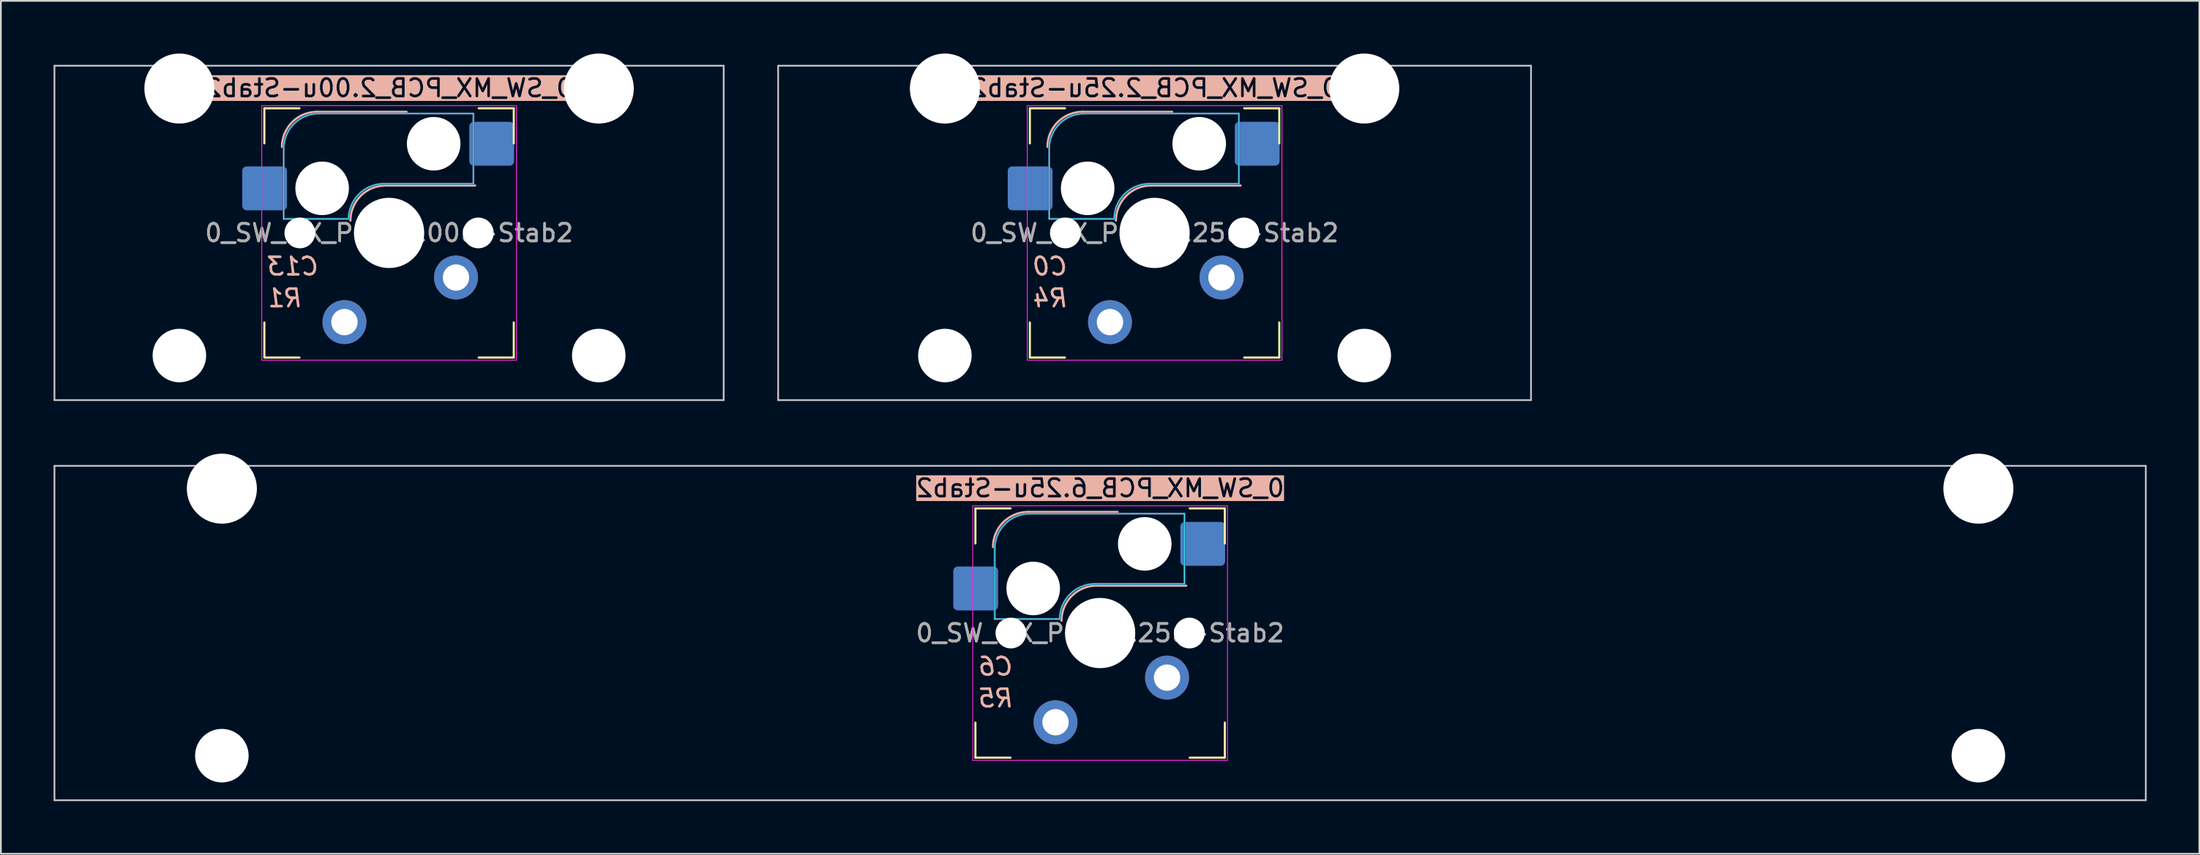
<source format=kicad_pcb>
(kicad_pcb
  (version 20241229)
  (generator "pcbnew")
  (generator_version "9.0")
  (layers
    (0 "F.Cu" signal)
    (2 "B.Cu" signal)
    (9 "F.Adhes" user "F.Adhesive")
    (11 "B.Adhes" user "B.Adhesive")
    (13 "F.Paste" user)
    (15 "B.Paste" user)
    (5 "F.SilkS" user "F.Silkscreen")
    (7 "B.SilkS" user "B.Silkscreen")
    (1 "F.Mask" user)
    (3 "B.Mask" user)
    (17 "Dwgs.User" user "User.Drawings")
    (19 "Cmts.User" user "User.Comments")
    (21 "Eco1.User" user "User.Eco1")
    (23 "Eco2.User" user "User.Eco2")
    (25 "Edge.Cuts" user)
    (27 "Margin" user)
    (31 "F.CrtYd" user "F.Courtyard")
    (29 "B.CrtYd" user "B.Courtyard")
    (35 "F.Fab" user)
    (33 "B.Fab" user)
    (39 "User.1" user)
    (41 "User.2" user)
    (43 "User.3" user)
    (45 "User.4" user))
  (footprint "0_SW_MX_PCB_2.25u-Stab2"
    (layer "F.Cu")
    (at 62.681 10.219)
    (property "Reference" "0_SW_MX_PCB_2.25u-Stab2" (at 0 -8.255 0) (layer "B.SilkS" knockout) (effects (font (size 1 1) (thickness 0.15)) (justify mirror)))
    (property "SW_ROW" "R4" (at -6.985 3.715 0) (layer "B.SilkS") (effects (font (size 1 1) (thickness 0.15) (italic yes)) (justify right mirror)))
    (property "SW_COL" "C0" (at -6.985 1.905 0) (layer "B.SilkS") (effects (font (size 1 1) (thickness 0.15) (italic yes)) (justify right mirror)))
    (attr through_hole)
    (fp_line (start -7.1 -7.1) (end -7.1 -5.1) (stroke (width 0.12) (type solid)) (layer "F.SilkS"))
    (fp_line (start -7.1 -7.1) (end -5.1 -7.1) (stroke (width 0.12) (type solid)) (layer "F.SilkS"))
    (fp_line (start -7.1 7.1) (end -7.1 5.1) (stroke (width 0.12) (type solid)) (layer "F.SilkS"))
    (fp_line (start -7.1 7.1) (end -5.1 7.1) (stroke (width 0.12) (type solid)) (layer "F.SilkS"))
    (fp_line (start 7.1 -7.1) (end 5.1 -7.1) (stroke (width 0.12) (type solid)) (layer "F.SilkS"))
    (fp_line (start 7.1 -7.1) (end 7.1 -5.1) (stroke (width 0.12) (type solid)) (layer "F.SilkS"))
    (fp_line (start 7.1 7.1) (end 5.1 7.1) (stroke (width 0.12) (type solid)) (layer "F.SilkS"))
    (fp_line (start 7.1 7.1) (end 7.1 5.1) (stroke (width 0.12) (type solid)) (layer "F.SilkS"))
    (fp_line (start -4.1 -6.9) (end 1 -6.9) (stroke (width 0.12) (type solid)) (layer "B.SilkS"))
    (fp_line (start -0.2 -2.7) (end 4.9 -2.7) (stroke (width 0.12) (type solid)) (layer "B.SilkS"))
    (fp_arc (start -6.1 -4.9) (mid -5.514214 -6.314214) (end -4.1 -6.9) (stroke (width 0.12) (type solid)) (layer "B.SilkS"))
    (fp_arc (start -2.2 -0.7) (mid -1.614214 -2.114214) (end -0.2 -2.7) (stroke (width 0.12) (type solid)) (layer "B.SilkS"))
    (fp_line (start -21.431 -9.525) (end -21.431 9.525) (stroke (width 0.1) (type solid)) (layer "Dwgs.User"))
    (fp_line (start -21.431 9.525) (end 21.431 9.525) (stroke (width 0.1) (type solid)) (layer "Dwgs.User"))
    (fp_line (start 21.431 -9.525) (end -21.431 -9.525) (stroke (width 0.1) (type solid)) (layer "Dwgs.User"))
    (fp_line (start 21.431 9.525) (end 21.431 -9.525) (stroke (width 0.1) (type solid)) (layer "Dwgs.User"))
    (fp_line (start -15.313 -6.77) (end -15.313 5.53) (stroke (width 0.1) (type solid)) (layer "Eco1.User"))
    (fp_line (start -15.313 5.53) (end -8.563 5.53) (stroke (width 0.1) (type solid)) (layer "Eco1.User"))
    (fp_line (start -8.563 -6.77) (end -15.313 -6.77) (stroke (width 0.1) (type solid)) (layer "Eco1.User"))
    (fp_line (start -8.563 5.53) (end -8.563 -6.77) (stroke (width 0.1) (type solid)) (layer "Eco1.User"))
    (fp_line (start 8.563 -6.77) (end 8.563 5.53) (stroke (width 0.1) (type solid)) (layer "Eco1.User"))
    (fp_line (start 8.563 5.53) (end 15.313 5.53) (stroke (width 0.1) (type solid)) (layer "Eco1.User"))
    (fp_line (start 15.313 -6.77) (end 8.563 -6.77) (stroke (width 0.1) (type solid)) (layer "Eco1.User"))
    (fp_line (start 15.313 5.53) (end 15.313 -6.77) (stroke (width 0.1) (type solid)) (layer "Eco1.User"))
    (fp_line (start -6 -0.8) (end -6 -4.8) (stroke (width 0.05) (type solid)) (layer "B.CrtYd"))
    (fp_line (start -6 -0.8) (end -2.3 -0.8) (stroke (width 0.05) (type solid)) (layer "B.CrtYd"))
    (fp_line (start -4 -6.8) (end 4.8 -6.8) (stroke (width 0.05) (type solid)) (layer "B.CrtYd"))
    (fp_line (start -0.3 -2.8) (end 4.8 -2.8) (stroke (width 0.05) (type solid)) (layer "B.CrtYd"))
    (fp_line (start 4.8 -6.8) (end 4.8 -2.8) (stroke (width 0.05) (type solid)) (layer "B.CrtYd"))
    (fp_arc (start -6 -4.8) (mid -5.414214 -6.214214) (end -4 -6.8) (stroke (width 0.05) (type solid)) (layer "B.CrtYd"))
    (fp_arc (start -2.3 -0.8) (mid -1.714214 -2.214214) (end -0.3 -2.8) (stroke (width 0.05) (type solid)) (layer "B.CrtYd"))
    (fp_line (start -7.25 -7.25) (end -7.25 7.25) (stroke (width 0.05) (type solid)) (layer "F.CrtYd"))
    (fp_line (start -7.25 7.25) (end 7.25 7.25) (stroke (width 0.05) (type solid)) (layer "F.CrtYd"))
    (fp_line (start 7.25 -7.25) (end -7.25 -7.25) (stroke (width 0.05) (type solid)) (layer "F.CrtYd"))
    (fp_line (start 7.25 7.25) (end 7.25 -7.25) (stroke (width 0.05) (type solid)) (layer "F.CrtYd"))
    (fp_line (start -6 -0.8) (end -6 -4.8) (stroke (width 0.12) (type solid)) (layer "B.Fab"))
    (fp_line (start -6 -0.8) (end -2.3 -0.8) (stroke (width 0.12) (type solid)) (layer "B.Fab"))
    (fp_line (start -4 -6.8) (end 4.8 -6.8) (stroke (width 0.12) (type solid)) (layer "B.Fab"))
    (fp_line (start -0.3 -2.8) (end 4.8 -2.8) (stroke (width 0.12) (type solid)) (layer "B.Fab"))
    (fp_line (start 4.8 -6.8) (end 4.8 -2.8) (stroke (width 0.12) (type solid)) (layer "B.Fab"))
    (fp_arc (start -6 -4.8) (mid -5.414214 -6.214214) (end -4 -6.8) (stroke (width 0.12) (type solid)) (layer "B.Fab"))
    (fp_arc (start -2.3 -0.8) (mid -1.714214 -2.214214) (end -0.3 -2.8) (stroke (width 0.12) (type solid)) (layer "B.Fab"))
    (fp_text user "${REFERENCE}" (at 0 0 0) (layer "F.Fab") (effects (font (size 1 1) (thickness 0.15))))
    (fp_text user "${REFERENCE}" (at 0 0 0) (layer "F.Fab") (effects (font (size 1 1) (thickness 0.15))))
    (pad "" np_thru_hole circle (at -11.938 -8.225 180) (size 3.988 3.988) (drill 3.988) (layers "*.Cu" "*.Mask"))
    (pad "" np_thru_hole circle (at -11.938 6.985 180) (size 3.048 3.048) (drill 3.048) (layers "*.Cu" "*.Mask"))
    (pad "" np_thru_hole circle (at -5.08 0) (size 1.75 1.75) (drill 1.75) (layers "*.Cu" "*.Mask"))
    (pad "" np_thru_hole circle (at -3.81 -2.54) (size 3.05 3.05) (drill 3.05) (layers "*.Cu" "*.Mask"))
    (pad "" np_thru_hole circle (at 0 0) (size 4 4) (drill 4) (layers "*.Cu" "*.Mask"))
    (pad "" np_thru_hole circle (at 2.54 -5.08) (size 3.05 3.05) (drill 3.05) (layers "*.Cu" "*.Mask"))
    (pad "" np_thru_hole circle (at 5.08 0) (size 1.75 1.75) (drill 1.75) (layers "*.Cu" "*.Mask"))
    (pad "" np_thru_hole circle (at 11.938 -8.225 180) (size 3.988 3.988) (drill 3.988) (layers "*.Cu" "*.Mask"))
    (pad "" np_thru_hole circle (at 11.938 6.985 180) (size 3.048 3.048) (drill 3.048) (layers "*.Cu" "*.Mask"))
    (pad "1" smd roundrect (at -7.085 -2.54) (size 2.55 2.5) (layers "B.Cu" "B.Mask" "B.Paste") (roundrect_rratio 0.1))
    (pad "1" thru_hole circle (at -2.54 5.08 180) (size 2.5 2.5) (drill 1.5) (layers "*.Cu" "*.Mask"))
    (pad "2" thru_hole circle (at 3.81 2.54 180) (size 2.5 2.5) (drill 1.5) (layers "*.Cu" "*.Mask"))
    (pad "2" smd roundrect (at 5.842 -5.08) (size 2.55 2.5) (layers "B.Cu" "B.Mask" "B.Paste") (roundrect_rratio 0.1)))
  (footprint "0_SW_MX_PCB_6.25u-Stab2"
    (layer "F.Cu")
    (at 59.581 33.013)
    (property "Reference" "0_SW_MX_PCB_6.25u-Stab2" (at 0 -8.255 0) (layer "B.SilkS" knockout) (effects (font (size 1 1) (thickness 0.15)) (justify mirror)))
    (property "SW_ROW" "R5" (at -6.985 3.715 0) (layer "B.SilkS") (effects (font (size 1 1) (thickness 0.15) (italic yes)) (justify right mirror)))
    (property "SW_COL" "C6" (at -6.985 1.905 0) (layer "B.SilkS") (effects (font (size 1 1) (thickness 0.15) (italic yes)) (justify right mirror)))
    (attr through_hole)
    (fp_line (start -7.1 -7.1) (end -7.1 -5.1) (stroke (width 0.12) (type solid)) (layer "F.SilkS"))
    (fp_line (start -7.1 -7.1) (end -5.1 -7.1) (stroke (width 0.12) (type solid)) (layer "F.SilkS"))
    (fp_line (start -7.1 7.1) (end -7.1 5.1) (stroke (width 0.12) (type solid)) (layer "F.SilkS"))
    (fp_line (start -7.1 7.1) (end -5.1 7.1) (stroke (width 0.12) (type solid)) (layer "F.SilkS"))
    (fp_line (start 7.1 -7.1) (end 5.1 -7.1) (stroke (width 0.12) (type solid)) (layer "F.SilkS"))
    (fp_line (start 7.1 -7.1) (end 7.1 -5.1) (stroke (width 0.12) (type solid)) (layer "F.SilkS"))
    (fp_line (start 7.1 7.1) (end 5.1 7.1) (stroke (width 0.12) (type solid)) (layer "F.SilkS"))
    (fp_line (start 7.1 7.1) (end 7.1 5.1) (stroke (width 0.12) (type solid)) (layer "F.SilkS"))
    (fp_line (start -4.1 -6.9) (end 1 -6.9) (stroke (width 0.12) (type solid)) (layer "B.SilkS"))
    (fp_line (start -0.2 -2.7) (end 4.9 -2.7) (stroke (width 0.12) (type solid)) (layer "B.SilkS"))
    (fp_arc (start -6.1 -4.9) (mid -5.514214 -6.314214) (end -4.1 -6.9) (stroke (width 0.12) (type solid)) (layer "B.SilkS"))
    (fp_arc (start -2.2 -0.7) (mid -1.614214 -2.114214) (end -0.2 -2.7) (stroke (width 0.12) (type solid)) (layer "B.SilkS"))
    (fp_line (start -59.531 -9.525) (end -59.531 9.525) (stroke (width 0.1) (type solid)) (layer "Dwgs.User"))
    (fp_line (start -59.531 9.525) (end 59.531 9.525) (stroke (width 0.1) (type solid)) (layer "Dwgs.User"))
    (fp_line (start 59.531 -9.525) (end -59.531 -9.525) (stroke (width 0.1) (type solid)) (layer "Dwgs.User"))
    (fp_line (start 59.531 9.525) (end 59.531 -9.525) (stroke (width 0.1) (type solid)) (layer "Dwgs.User"))
    (fp_line (start -53.375 -6.77) (end -53.375 5.53) (stroke (width 0.1) (type solid)) (layer "Eco1.User"))
    (fp_line (start -53.375 5.53) (end -46.625 5.53) (stroke (width 0.1) (type solid)) (layer "Eco1.User"))
    (fp_line (start -46.625 -6.77) (end -53.375 -6.77) (stroke (width 0.1) (type solid)) (layer "Eco1.User"))
    (fp_line (start -46.625 5.53) (end -46.625 -6.77) (stroke (width 0.1) (type solid)) (layer "Eco1.User"))
    (fp_line (start 46.625 -6.77) (end 46.625 5.53) (stroke (width 0.1) (type solid)) (layer "Eco1.User"))
    (fp_line (start 46.625 5.53) (end 53.375 5.53) (stroke (width 0.1) (type solid)) (layer "Eco1.User"))
    (fp_line (start 53.375 -6.77) (end 46.625 -6.77) (stroke (width 0.1) (type solid)) (layer "Eco1.User"))
    (fp_line (start 53.375 5.53) (end 53.375 -6.77) (stroke (width 0.1) (type solid)) (layer "Eco1.User"))
    (fp_line (start -6 -0.8) (end -6 -4.8) (stroke (width 0.05) (type solid)) (layer "B.CrtYd"))
    (fp_line (start -6 -0.8) (end -2.3 -0.8) (stroke (width 0.05) (type solid)) (layer "B.CrtYd"))
    (fp_line (start -4 -6.8) (end 4.8 -6.8) (stroke (width 0.05) (type solid)) (layer "B.CrtYd"))
    (fp_line (start -0.3 -2.8) (end 4.8 -2.8) (stroke (width 0.05) (type solid)) (layer "B.CrtYd"))
    (fp_line (start 4.8 -6.8) (end 4.8 -2.8) (stroke (width 0.05) (type solid)) (layer "B.CrtYd"))
    (fp_arc (start -6 -4.8) (mid -5.414214 -6.214214) (end -4 -6.8) (stroke (width 0.05) (type solid)) (layer "B.CrtYd"))
    (fp_arc (start -2.3 -0.8) (mid -1.714214 -2.214214) (end -0.3 -2.8) (stroke (width 0.05) (type solid)) (layer "B.CrtYd"))
    (fp_line (start -7.25 -7.25) (end -7.25 7.25) (stroke (width 0.05) (type solid)) (layer "F.CrtYd"))
    (fp_line (start -7.25 7.25) (end 7.25 7.25) (stroke (width 0.05) (type solid)) (layer "F.CrtYd"))
    (fp_line (start 7.25 -7.25) (end -7.25 -7.25) (stroke (width 0.05) (type solid)) (layer "F.CrtYd"))
    (fp_line (start 7.25 7.25) (end 7.25 -7.25) (stroke (width 0.05) (type solid)) (layer "F.CrtYd"))
    (fp_line (start -6 -0.8) (end -6 -4.8) (stroke (width 0.12) (type solid)) (layer "B.Fab"))
    (fp_line (start -6 -0.8) (end -2.3 -0.8) (stroke (width 0.12) (type solid)) (layer "B.Fab"))
    (fp_line (start -4 -6.8) (end 4.8 -6.8) (stroke (width 0.12) (type solid)) (layer "B.Fab"))
    (fp_line (start -0.3 -2.8) (end 4.8 -2.8) (stroke (width 0.12) (type solid)) (layer "B.Fab"))
    (fp_line (start 4.8 -6.8) (end 4.8 -2.8) (stroke (width 0.12) (type solid)) (layer "B.Fab"))
    (fp_arc (start -6 -4.8) (mid -5.414214 -6.214214) (end -4 -6.8) (stroke (width 0.12) (type solid)) (layer "B.Fab"))
    (fp_arc (start -2.3 -0.8) (mid -1.714214 -2.214214) (end -0.3 -2.8) (stroke (width 0.12) (type solid)) (layer "B.Fab"))
    (fp_text user "${REFERENCE}" (at 0 0 0) (layer "F.Fab") (effects (font (size 1 1) (thickness 0.15))))
    (fp_text user "${REFERENCE}" (at 0 0 0) (layer "F.Fab") (effects (font (size 1 1) (thickness 0.15))))
    (pad "" np_thru_hole circle (at -50 -8.225 180) (size 3.988 3.988) (drill 3.988) (layers "*.Cu" "*.Mask"))
    (pad "" np_thru_hole circle (at -50 6.985 180) (size 3.048 3.048) (drill 3.048) (layers "*.Cu" "*.Mask"))
    (pad "" np_thru_hole circle (at -5.08 0) (size 1.75 1.75) (drill 1.75) (layers "*.Cu" "*.Mask"))
    (pad "" np_thru_hole circle (at -3.81 -2.54) (size 3.05 3.05) (drill 3.05) (layers "*.Cu" "*.Mask"))
    (pad "" np_thru_hole circle (at 0 0) (size 4 4) (drill 4) (layers "*.Cu" "*.Mask"))
    (pad "" np_thru_hole circle (at 2.54 -5.08) (size 3.05 3.05) (drill 3.05) (layers "*.Cu" "*.Mask"))
    (pad "" np_thru_hole circle (at 5.08 0) (size 1.75 1.75) (drill 1.75) (layers "*.Cu" "*.Mask"))
    (pad "" np_thru_hole circle (at 50 -8.225 180) (size 3.988 3.988) (drill 3.988) (layers "*.Cu" "*.Mask"))
    (pad "" np_thru_hole circle (at 50 6.985 180) (size 3.048 3.048) (drill 3.048) (layers "*.Cu" "*.Mask"))
    (pad "1" smd roundrect (at -7.085 -2.54) (size 2.55 2.5) (layers "B.Cu" "B.Mask" "B.Paste") (roundrect_rratio 0.1))
    (pad "1" thru_hole circle (at -2.54 5.08 180) (size 2.5 2.5) (drill 1.5) (layers "*.Cu" "*.Mask"))
    (pad "2" thru_hole circle (at 3.81 2.54 180) (size 2.5 2.5) (drill 1.5) (layers "*.Cu" "*.Mask"))
    (pad "2" smd roundrect (at 5.842 -5.08) (size 2.55 2.5) (layers "B.Cu" "B.Mask" "B.Paste") (roundrect_rratio 0.1)))
  (footprint "0_SW_MX_PCB_2.00u-Stab2"
    (layer "F.Cu")
    (at 19.1 10.219)
    (property "Reference" "0_SW_MX_PCB_2.00u-Stab2" (at 0 -8.255 0) (layer "B.SilkS" knockout) (effects (font (size 1 1) (thickness 0.15)) (justify mirror)))
    (property "SW_ROW" "R1" (at -6.985 3.715 0) (layer "B.SilkS") (effects (font (size 1 1) (thickness 0.15) (italic yes)) (justify right mirror)))
    (property "SW_COL" "C13" (at -6.985 1.905 0) (layer "B.SilkS") (effects (font (size 1 1) (thickness 0.15) (italic yes)) (justify right mirror)))
    (attr through_hole)
    (fp_line (start -7.1 -7.1) (end -7.1 -5.1) (stroke (width 0.12) (type solid)) (layer "F.SilkS"))
    (fp_line (start -7.1 -7.1) (end -5.1 -7.1) (stroke (width 0.12) (type solid)) (layer "F.SilkS"))
    (fp_line (start -7.1 7.1) (end -7.1 5.1) (stroke (width 0.12) (type solid)) (layer "F.SilkS"))
    (fp_line (start -7.1 7.1) (end -5.1 7.1) (stroke (width 0.12) (type solid)) (layer "F.SilkS"))
    (fp_line (start 7.1 -7.1) (end 5.1 -7.1) (stroke (width 0.12) (type solid)) (layer "F.SilkS"))
    (fp_line (start 7.1 -7.1) (end 7.1 -5.1) (stroke (width 0.12) (type solid)) (layer "F.SilkS"))
    (fp_line (start 7.1 7.1) (end 5.1 7.1) (stroke (width 0.12) (type solid)) (layer "F.SilkS"))
    (fp_line (start 7.1 7.1) (end 7.1 5.1) (stroke (width 0.12) (type solid)) (layer "F.SilkS"))
    (fp_line (start -4.1 -6.9) (end 1 -6.9) (stroke (width 0.12) (type solid)) (layer "B.SilkS"))
    (fp_line (start -0.2 -2.7) (end 4.9 -2.7) (stroke (width 0.12) (type solid)) (layer "B.SilkS"))
    (fp_arc (start -6.1 -4.9) (mid -5.514214 -6.314214) (end -4.1 -6.9) (stroke (width 0.12) (type solid)) (layer "B.SilkS"))
    (fp_arc (start -2.2 -0.7) (mid -1.614214 -2.114214) (end -0.2 -2.7) (stroke (width 0.12) (type solid)) (layer "B.SilkS"))
    (fp_line (start -19.05 -9.525) (end -19.05 9.525) (stroke (width 0.1) (type solid)) (layer "Dwgs.User"))
    (fp_line (start -19.05 9.525) (end 19.05 9.525) (stroke (width 0.1) (type solid)) (layer "Dwgs.User"))
    (fp_line (start 19.05 -9.525) (end -19.05 -9.525) (stroke (width 0.1) (type solid)) (layer "Dwgs.User"))
    (fp_line (start 19.05 9.525) (end 19.05 -9.525) (stroke (width 0.1) (type solid)) (layer "Dwgs.User"))
    (fp_line (start -15.313 -6.77) (end -15.313 5.53) (stroke (width 0.1) (type solid)) (layer "Eco1.User"))
    (fp_line (start -15.313 5.53) (end -8.563 5.53) (stroke (width 0.1) (type solid)) (layer "Eco1.User"))
    (fp_line (start -8.563 -6.77) (end -15.313 -6.77) (stroke (width 0.1) (type solid)) (layer "Eco1.User"))
    (fp_line (start -8.563 5.53) (end -8.563 -6.77) (stroke (width 0.1) (type solid)) (layer "Eco1.User"))
    (fp_line (start 8.563 -6.77) (end 8.563 5.53) (stroke (width 0.1) (type solid)) (layer "Eco1.User"))
    (fp_line (start 8.563 5.53) (end 15.313 5.53) (stroke (width 0.1) (type solid)) (layer "Eco1.User"))
    (fp_line (start 15.313 -6.77) (end 8.563 -6.77) (stroke (width 0.1) (type solid)) (layer "Eco1.User"))
    (fp_line (start 15.313 5.53) (end 15.313 -6.77) (stroke (width 0.1) (type solid)) (layer "Eco1.User"))
    (fp_line (start -6 -0.8) (end -6 -4.8) (stroke (width 0.05) (type solid)) (layer "B.CrtYd"))
    (fp_line (start -6 -0.8) (end -2.3 -0.8) (stroke (width 0.05) (type solid)) (layer "B.CrtYd"))
    (fp_line (start -4 -6.8) (end 4.8 -6.8) (stroke (width 0.05) (type solid)) (layer "B.CrtYd"))
    (fp_line (start -0.3 -2.8) (end 4.8 -2.8) (stroke (width 0.05) (type solid)) (layer "B.CrtYd"))
    (fp_line (start 4.8 -6.8) (end 4.8 -2.8) (stroke (width 0.05) (type solid)) (layer "B.CrtYd"))
    (fp_arc (start -6 -4.8) (mid -5.414214 -6.214214) (end -4 -6.8) (stroke (width 0.05) (type solid)) (layer "B.CrtYd"))
    (fp_arc (start -2.3 -0.8) (mid -1.714214 -2.214214) (end -0.3 -2.8) (stroke (width 0.05) (type solid)) (layer "B.CrtYd"))
    (fp_line (start -7.25 -7.25) (end -7.25 7.25) (stroke (width 0.05) (type solid)) (layer "F.CrtYd"))
    (fp_line (start -7.25 7.25) (end 7.25 7.25) (stroke (width 0.05) (type solid)) (layer "F.CrtYd"))
    (fp_line (start 7.25 -7.25) (end -7.25 -7.25) (stroke (width 0.05) (type solid)) (layer "F.CrtYd"))
    (fp_line (start 7.25 7.25) (end 7.25 -7.25) (stroke (width 0.05) (type solid)) (layer "F.CrtYd"))
    (fp_line (start -6 -0.8) (end -6 -4.8) (stroke (width 0.12) (type solid)) (layer "B.Fab"))
    (fp_line (start -6 -0.8) (end -2.3 -0.8) (stroke (width 0.12) (type solid)) (layer "B.Fab"))
    (fp_line (start -4 -6.8) (end 4.8 -6.8) (stroke (width 0.12) (type solid)) (layer "B.Fab"))
    (fp_line (start -0.3 -2.8) (end 4.8 -2.8) (stroke (width 0.12) (type solid)) (layer "B.Fab"))
    (fp_line (start 4.8 -6.8) (end 4.8 -2.8) (stroke (width 0.12) (type solid)) (layer "B.Fab"))
    (fp_arc (start -6 -4.8) (mid -5.414214 -6.214214) (end -4 -6.8) (stroke (width 0.12) (type solid)) (layer "B.Fab"))
    (fp_arc (start -2.3 -0.8) (mid -1.714214 -2.214214) (end -0.3 -2.8) (stroke (width 0.12) (type solid)) (layer "B.Fab"))
    (fp_text user "${REFERENCE}" (at 0 0 0) (layer "F.Fab") (effects (font (size 1 1) (thickness 0.15))))
    (fp_text user "${REFERENCE}" (at 0 0 0) (layer "F.Fab") (effects (font (size 1 1) (thickness 0.15))))
    (pad "" np_thru_hole circle (at -11.938 -8.225 180) (size 3.988 3.988) (drill 3.988) (layers "*.Cu" "*.Mask"))
    (pad "" np_thru_hole circle (at -11.938 6.985 180) (size 3.048 3.048) (drill 3.048) (layers "*.Cu" "*.Mask"))
    (pad "" np_thru_hole circle (at -5.08 0) (size 1.75 1.75) (drill 1.75) (layers "*.Cu" "*.Mask"))
    (pad "" np_thru_hole circle (at -3.81 -2.54) (size 3.05 3.05) (drill 3.05) (layers "*.Cu" "*.Mask"))
    (pad "" np_thru_hole circle (at 0 0) (size 4 4) (drill 4) (layers "*.Cu" "*.Mask"))
    (pad "" np_thru_hole circle (at 2.54 -5.08) (size 3.05 3.05) (drill 3.05) (layers "*.Cu" "*.Mask"))
    (pad "" np_thru_hole circle (at 5.08 0) (size 1.75 1.75) (drill 1.75) (layers "*.Cu" "*.Mask"))
    (pad "" np_thru_hole circle (at 11.938 -8.225 180) (size 3.988 3.988) (drill 3.988) (layers "*.Cu" "*.Mask"))
    (pad "" np_thru_hole circle (at 11.938 6.985 180) (size 3.048 3.048) (drill 3.048) (layers "*.Cu" "*.Mask"))
    (pad "1" smd roundrect (at -7.085 -2.54) (size 2.55 2.5) (layers "B.Cu" "B.Mask" "B.Paste") (roundrect_rratio 0.1))
    (pad "1" thru_hole circle (at -2.54 5.08 180) (size 2.5 2.5) (drill 1.5) (layers "*.Cu" "*.Mask"))
    (pad "2" thru_hole circle (at 3.81 2.54 180) (size 2.5 2.5) (drill 1.5) (layers "*.Cu" "*.Mask"))
    (pad "2" smd roundrect (at 5.842 -5.08) (size 2.55 2.5) (layers "B.Cu" "B.Mask" "B.Paste") (roundrect_rratio 0.1)))
  (gr_rect
    (start -3 -3)
    (end 122.162 45.588)
    (stroke (width 0.1) (type default))
    (fill no)
    (layer "Edge.Cuts")))
</source>
